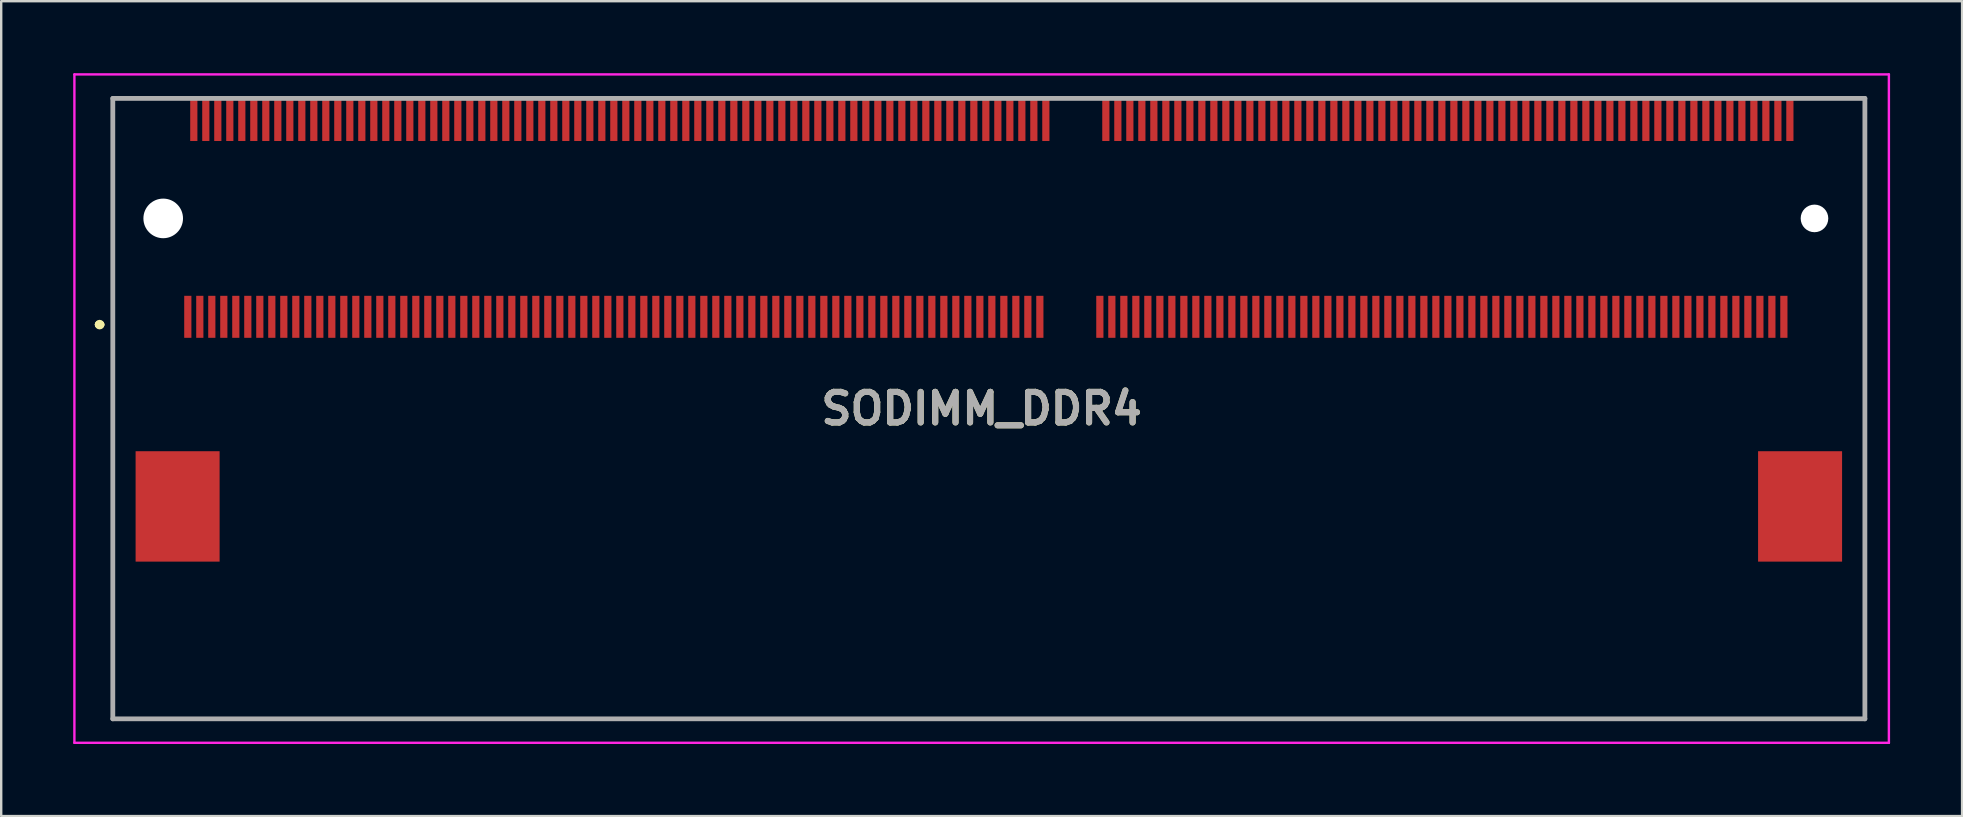
<source format=kicad_pcb>
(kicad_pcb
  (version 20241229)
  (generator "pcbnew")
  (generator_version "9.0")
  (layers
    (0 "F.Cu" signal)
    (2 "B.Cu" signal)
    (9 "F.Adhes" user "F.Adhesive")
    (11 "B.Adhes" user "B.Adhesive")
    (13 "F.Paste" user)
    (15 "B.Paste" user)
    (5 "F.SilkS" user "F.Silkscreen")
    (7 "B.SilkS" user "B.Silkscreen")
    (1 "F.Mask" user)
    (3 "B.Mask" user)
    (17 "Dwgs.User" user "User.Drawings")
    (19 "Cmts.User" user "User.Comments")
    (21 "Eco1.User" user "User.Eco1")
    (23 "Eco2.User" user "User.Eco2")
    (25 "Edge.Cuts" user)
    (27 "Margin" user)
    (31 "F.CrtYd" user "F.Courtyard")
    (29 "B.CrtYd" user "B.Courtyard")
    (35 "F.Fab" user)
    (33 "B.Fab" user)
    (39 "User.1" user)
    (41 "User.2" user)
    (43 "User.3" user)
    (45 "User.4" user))
  (footprint "SODIMM_DDR4"
    (layer "F.Cu")
    (at 38.15 13.975)
    (property "Reference" "SODIMM_DDR4" (at -0.3 0 0) (layer "F.SilkS") (effects (font (size 1.27 1.27) (thickness 0.254))))
    (attr through_hole)
    (fp_line (start -37.1 -3.5) (end -37.1 -3.5) (stroke (width 0.3) (type solid)) (layer "F.SilkS"))
    (fp_line (start -37 -3.5) (end -37 -3.5) (stroke (width 0.3) (type solid)) (layer "F.SilkS"))
    (fp_line (start -36.5 -12.925) (end -36.5 12.925) (stroke (width 0.1) (type solid)) (layer "F.SilkS"))
    (fp_line (start -36.5 12.925) (end 36.5 12.925) (stroke (width 0.1) (type solid)) (layer "F.SilkS"))
    (fp_line (start 36.5 12.925) (end 36.5 -12.925) (stroke (width 0.1) (type solid)) (layer "F.SilkS"))
    (fp_arc (start -37.1 -3.5) (mid -37.05 -3.55) (end -37 -3.5) (stroke (width 0.3) (type solid)) (layer "F.SilkS"))
    (fp_arc (start -37 -3.5) (mid -37.05 -3.45) (end -37.1 -3.5) (stroke (width 0.3) (type solid)) (layer "F.SilkS"))
    (fp_line (start -38.1 -13.925) (end 37.5 -13.925) (stroke (width 0.1) (type solid)) (layer "F.CrtYd"))
    (fp_line (start -38.1 13.925) (end -38.1 -13.925) (stroke (width 0.1) (type solid)) (layer "F.CrtYd"))
    (fp_line (start 37.5 -13.925) (end 37.5 13.925) (stroke (width 0.1) (type solid)) (layer "F.CrtYd"))
    (fp_line (start 37.5 13.925) (end -38.1 13.925) (stroke (width 0.1) (type solid)) (layer "F.CrtYd"))
    (fp_line (start -36.5 -12.925) (end 36.5 -12.925) (stroke (width 0.2) (type solid)) (layer "F.Fab"))
    (fp_line (start -36.5 12.925) (end -36.5 -12.925) (stroke (width 0.2) (type solid)) (layer "F.Fab"))
    (fp_line (start 36.5 -12.925) (end 36.5 12.925) (stroke (width 0.2) (type solid)) (layer "F.Fab"))
    (fp_line (start 36.5 12.925) (end -36.5 12.925) (stroke (width 0.2) (type solid)) (layer "F.Fab"))
    (fp_text user "${REFERENCE}" (at -0.3 0 0) (layer "F.Fab") (effects (font (size 1.27 1.27) (thickness 0.254))))
    (pad "" np_thru_hole circle (at -34.4 -7.925) (size 1.65 1.65) (drill 1.65) (layers "*.Cu" "*.Mask"))
    (pad "" np_thru_hole circle (at 34.4 -7.925) (size 1.15 1.15) (drill 1.15) (layers "*.Cu" "*.Mask"))
    (pad "1" smd rect (at -33.375 -3.825) (size 0.3 1.75) (layers "F.Cu" "F.Mask" "F.Paste"))
    (pad "2" smd rect (at -33.125 -12.025) (size 0.3 1.75) (layers "F.Cu" "F.Mask" "F.Paste"))
    (pad "3" smd rect (at -32.875 -3.825) (size 0.3 1.75) (layers "F.Cu" "F.Mask" "F.Paste"))
    (pad "4" smd rect (at -32.625 -12.025) (size 0.3 1.75) (layers "F.Cu" "F.Mask" "F.Paste"))
    (pad "5" smd rect (at -32.375 -3.825) (size 0.3 1.75) (layers "F.Cu" "F.Mask" "F.Paste"))
    (pad "6" smd rect (at -32.125 -12.025) (size 0.3 1.75) (layers "F.Cu" "F.Mask" "F.Paste"))
    (pad "7" smd rect (at -31.875 -3.825) (size 0.3 1.75) (layers "F.Cu" "F.Mask" "F.Paste"))
    (pad "8" smd rect (at -31.625 -12.025) (size 0.3 1.75) (layers "F.Cu" "F.Mask" "F.Paste"))
    (pad "9" smd rect (at -31.375 -3.825) (size 0.3 1.75) (layers "F.Cu" "F.Mask" "F.Paste"))
    (pad "10" smd rect (at -31.125 -12.025) (size 0.3 1.75) (layers "F.Cu" "F.Mask" "F.Paste"))
    (pad "11" smd rect (at -30.875 -3.825) (size 0.3 1.75) (layers "F.Cu" "F.Mask" "F.Paste"))
    (pad "12" smd rect (at -30.625 -12.025) (size 0.3 1.75) (layers "F.Cu" "F.Mask" "F.Paste"))
    (pad "13" smd rect (at -30.375 -3.825) (size 0.3 1.75) (layers "F.Cu" "F.Mask" "F.Paste"))
    (pad "14" smd rect (at -30.125 -12.025) (size 0.3 1.75) (layers "F.Cu" "F.Mask" "F.Paste"))
    (pad "15" smd rect (at -29.875 -3.825) (size 0.3 1.75) (layers "F.Cu" "F.Mask" "F.Paste"))
    (pad "16" smd rect (at -29.625 -12.025) (size 0.3 1.75) (layers "F.Cu" "F.Mask" "F.Paste"))
    (pad "17" smd rect (at -29.375 -3.825) (size 0.3 1.75) (layers "F.Cu" "F.Mask" "F.Paste"))
    (pad "18" smd rect (at -29.125 -12.025) (size 0.3 1.75) (layers "F.Cu" "F.Mask" "F.Paste"))
    (pad "19" smd rect (at -28.875 -3.825) (size 0.3 1.75) (layers "F.Cu" "F.Mask" "F.Paste"))
    (pad "20" smd rect (at -28.625 -12.025) (size 0.3 1.75) (layers "F.Cu" "F.Mask" "F.Paste"))
    (pad "21" smd rect (at -28.375 -3.825) (size 0.3 1.75) (layers "F.Cu" "F.Mask" "F.Paste"))
    (pad "22" smd rect (at -28.125 -12.025) (size 0.3 1.75) (layers "F.Cu" "F.Mask" "F.Paste"))
    (pad "23" smd rect (at -27.875 -3.825) (size 0.3 1.75) (layers "F.Cu" "F.Mask" "F.Paste"))
    (pad "24" smd rect (at -27.625 -12.025) (size 0.3 1.75) (layers "F.Cu" "F.Mask" "F.Paste"))
    (pad "25" smd rect (at -27.375 -3.825) (size 0.3 1.75) (layers "F.Cu" "F.Mask" "F.Paste"))
    (pad "26" smd rect (at -27.125 -12.025) (size 0.3 1.75) (layers "F.Cu" "F.Mask" "F.Paste"))
    (pad "27" smd rect (at -26.875 -3.825) (size 0.3 1.75) (layers "F.Cu" "F.Mask" "F.Paste"))
    (pad "28" smd rect (at -26.625 -12.025) (size 0.3 1.75) (layers "F.Cu" "F.Mask" "F.Paste"))
    (pad "29" smd rect (at -26.375 -3.825) (size 0.3 1.75) (layers "F.Cu" "F.Mask" "F.Paste"))
    (pad "30" smd rect (at -26.125 -12.025) (size 0.3 1.75) (layers "F.Cu" "F.Mask" "F.Paste"))
    (pad "31" smd rect (at -25.875 -3.825) (size 0.3 1.75) (layers "F.Cu" "F.Mask" "F.Paste"))
    (pad "32" smd rect (at -25.625 -12.025) (size 0.3 1.75) (layers "F.Cu" "F.Mask" "F.Paste"))
    (pad "33" smd rect (at -25.375 -3.825) (size 0.3 1.75) (layers "F.Cu" "F.Mask" "F.Paste"))
    (pad "34" smd rect (at -25.125 -12.025) (size 0.3 1.75) (layers "F.Cu" "F.Mask" "F.Paste"))
    (pad "35" smd rect (at -24.875 -3.825) (size 0.3 1.75) (layers "F.Cu" "F.Mask" "F.Paste"))
    (pad "36" smd rect (at -24.625 -12.025) (size 0.3 1.75) (layers "F.Cu" "F.Mask" "F.Paste"))
    (pad "37" smd rect (at -24.375 -3.825) (size 0.3 1.75) (layers "F.Cu" "F.Mask" "F.Paste"))
    (pad "38" smd rect (at -24.125 -12.025) (size 0.3 1.75) (layers "F.Cu" "F.Mask" "F.Paste"))
    (pad "39" smd rect (at -23.875 -3.825) (size 0.3 1.75) (layers "F.Cu" "F.Mask" "F.Paste"))
    (pad "40" smd rect (at -23.625 -12.025) (size 0.3 1.75) (layers "F.Cu" "F.Mask" "F.Paste"))
    (pad "41" smd rect (at -23.375 -3.825) (size 0.3 1.75) (layers "F.Cu" "F.Mask" "F.Paste"))
    (pad "42" smd rect (at -23.125 -12.025) (size 0.3 1.75) (layers "F.Cu" "F.Mask" "F.Paste"))
    (pad "43" smd rect (at -22.875 -3.825) (size 0.3 1.75) (layers "F.Cu" "F.Mask" "F.Paste"))
    (pad "44" smd rect (at -22.625 -12.025) (size 0.3 1.75) (layers "F.Cu" "F.Mask" "F.Paste"))
    (pad "45" smd rect (at -22.375 -3.825) (size 0.3 1.75) (layers "F.Cu" "F.Mask" "F.Paste"))
    (pad "46" smd rect (at -22.125 -12.025) (size 0.3 1.75) (layers "F.Cu" "F.Mask" "F.Paste"))
    (pad "47" smd rect (at -21.875 -3.825) (size 0.3 1.75) (layers "F.Cu" "F.Mask" "F.Paste"))
    (pad "48" smd rect (at -21.625 -12.025) (size 0.3 1.75) (layers "F.Cu" "F.Mask" "F.Paste"))
    (pad "49" smd rect (at -21.375 -3.825) (size 0.3 1.75) (layers "F.Cu" "F.Mask" "F.Paste"))
    (pad "50" smd rect (at -21.125 -12.025) (size 0.3 1.75) (layers "F.Cu" "F.Mask" "F.Paste"))
    (pad "51" smd rect (at -20.875 -3.825) (size 0.3 1.75) (layers "F.Cu" "F.Mask" "F.Paste"))
    (pad "52" smd rect (at -20.625 -12.025) (size 0.3 1.75) (layers "F.Cu" "F.Mask" "F.Paste"))
    (pad "53" smd rect (at -20.375 -3.825) (size 0.3 1.75) (layers "F.Cu" "F.Mask" "F.Paste"))
    (pad "54" smd rect (at -20.125 -12.025) (size 0.3 1.75) (layers "F.Cu" "F.Mask" "F.Paste"))
    (pad "55" smd rect (at -19.875 -3.825) (size 0.3 1.75) (layers "F.Cu" "F.Mask" "F.Paste"))
    (pad "56" smd rect (at -19.625 -12.025) (size 0.3 1.75) (layers "F.Cu" "F.Mask" "F.Paste"))
    (pad "57" smd rect (at -19.375 -3.825) (size 0.3 1.75) (layers "F.Cu" "F.Mask" "F.Paste"))
    (pad "58" smd rect (at -19.125 -12.025) (size 0.3 1.75) (layers "F.Cu" "F.Mask" "F.Paste"))
    (pad "59" smd rect (at -18.875 -3.825) (size 0.3 1.75) (layers "F.Cu" "F.Mask" "F.Paste"))
    (pad "60" smd rect (at -18.625 -12.025) (size 0.3 1.75) (layers "F.Cu" "F.Mask" "F.Paste"))
    (pad "61" smd rect (at -18.375 -3.825) (size 0.3 1.75) (layers "F.Cu" "F.Mask" "F.Paste"))
    (pad "62" smd rect (at -18.125 -12.025) (size 0.3 1.75) (layers "F.Cu" "F.Mask" "F.Paste"))
    (pad "63" smd rect (at -17.875 -3.825) (size 0.3 1.75) (layers "F.Cu" "F.Mask" "F.Paste"))
    (pad "64" smd rect (at -17.625 -12.025) (size 0.3 1.75) (layers "F.Cu" "F.Mask" "F.Paste"))
    (pad "65" smd rect (at -17.375 -3.825) (size 0.3 1.75) (layers "F.Cu" "F.Mask" "F.Paste"))
    (pad "66" smd rect (at -17.125 -12.025) (size 0.3 1.75) (layers "F.Cu" "F.Mask" "F.Paste"))
    (pad "67" smd rect (at -16.875 -3.825) (size 0.3 1.75) (layers "F.Cu" "F.Mask" "F.Paste"))
    (pad "68" smd rect (at -16.625 -12.025) (size 0.3 1.75) (layers "F.Cu" "F.Mask" "F.Paste"))
    (pad "69" smd rect (at -16.375 -3.825) (size 0.3 1.75) (layers "F.Cu" "F.Mask" "F.Paste"))
    (pad "70" smd rect (at -16.125 -12.025) (size 0.3 1.75) (layers "F.Cu" "F.Mask" "F.Paste"))
    (pad "71" smd rect (at -15.875 -3.825) (size 0.3 1.75) (layers "F.Cu" "F.Mask" "F.Paste"))
    (pad "72" smd rect (at -15.625 -12.025) (size 0.3 1.75) (layers "F.Cu" "F.Mask" "F.Paste"))
    (pad "73" smd rect (at -15.375 -3.825) (size 0.3 1.75) (layers "F.Cu" "F.Mask" "F.Paste"))
    (pad "74" smd rect (at -15.125 -12.025) (size 0.3 1.75) (layers "F.Cu" "F.Mask" "F.Paste"))
    (pad "75" smd rect (at -14.875 -3.825) (size 0.3 1.75) (layers "F.Cu" "F.Mask" "F.Paste"))
    (pad "76" smd rect (at -14.625 -12.025) (size 0.3 1.75) (layers "F.Cu" "F.Mask" "F.Paste"))
    (pad "77" smd rect (at -14.375 -3.825) (size 0.3 1.75) (layers "F.Cu" "F.Mask" "F.Paste"))
    (pad "78" smd rect (at -14.125 -12.025) (size 0.3 1.75) (layers "F.Cu" "F.Mask" "F.Paste"))
    (pad "79" smd rect (at -13.875 -3.825) (size 0.3 1.75) (layers "F.Cu" "F.Mask" "F.Paste"))
    (pad "80" smd rect (at -13.625 -12.025) (size 0.3 1.75) (layers "F.Cu" "F.Mask" "F.Paste"))
    (pad "81" smd rect (at -13.375 -3.825) (size 0.3 1.75) (layers "F.Cu" "F.Mask" "F.Paste"))
    (pad "82" smd rect (at -13.125 -12.025) (size 0.3 1.75) (layers "F.Cu" "F.Mask" "F.Paste"))
    (pad "83" smd rect (at -12.875 -3.825) (size 0.3 1.75) (layers "F.Cu" "F.Mask" "F.Paste"))
    (pad "84" smd rect (at -12.625 -12.025) (size 0.3 1.75) (layers "F.Cu" "F.Mask" "F.Paste"))
    (pad "85" smd rect (at -12.375 -3.825) (size 0.3 1.75) (layers "F.Cu" "F.Mask" "F.Paste"))
    (pad "86" smd rect (at -12.125 -12.025) (size 0.3 1.75) (layers "F.Cu" "F.Mask" "F.Paste"))
    (pad "87" smd rect (at -11.875 -3.825) (size 0.3 1.75) (layers "F.Cu" "F.Mask" "F.Paste"))
    (pad "88" smd rect (at -11.625 -12.025) (size 0.3 1.75) (layers "F.Cu" "F.Mask" "F.Paste"))
    (pad "89" smd rect (at -11.375 -3.825) (size 0.3 1.75) (layers "F.Cu" "F.Mask" "F.Paste"))
    (pad "90" smd rect (at -11.125 -12.025) (size 0.3 1.75) (layers "F.Cu" "F.Mask" "F.Paste"))
    (pad "91" smd rect (at -10.875 -3.825) (size 0.3 1.75) (layers "F.Cu" "F.Mask" "F.Paste"))
    (pad "92" smd rect (at -10.625 -12.025) (size 0.3 1.75) (layers "F.Cu" "F.Mask" "F.Paste"))
    (pad "93" smd rect (at -10.375 -3.825) (size 0.3 1.75) (layers "F.Cu" "F.Mask" "F.Paste"))
    (pad "94" smd rect (at -10.125 -12.025) (size 0.3 1.75) (layers "F.Cu" "F.Mask" "F.Paste"))
    (pad "95" smd rect (at -9.875 -3.825) (size 0.3 1.75) (layers "F.Cu" "F.Mask" "F.Paste"))
    (pad "96" smd rect (at -9.625 -12.025) (size 0.3 1.75) (layers "F.Cu" "F.Mask" "F.Paste"))
    (pad "97" smd rect (at -9.375 -3.825) (size 0.3 1.75) (layers "F.Cu" "F.Mask" "F.Paste"))
    (pad "98" smd rect (at -9.125 -12.025) (size 0.3 1.75) (layers "F.Cu" "F.Mask" "F.Paste"))
    (pad "99" smd rect (at -8.875 -3.825) (size 0.3 1.75) (layers "F.Cu" "F.Mask" "F.Paste"))
    (pad "100" smd rect (at -8.625 -12.025) (size 0.3 1.75) (layers "F.Cu" "F.Mask" "F.Paste"))
    (pad "101" smd rect (at -8.375 -3.825) (size 0.3 1.75) (layers "F.Cu" "F.Mask" "F.Paste"))
    (pad "102" smd rect (at -8.125 -12.025) (size 0.3 1.75) (layers "F.Cu" "F.Mask" "F.Paste"))
    (pad "103" smd rect (at -7.875 -3.825) (size 0.3 1.75) (layers "F.Cu" "F.Mask" "F.Paste"))
    (pad "104" smd rect (at -7.625 -12.025) (size 0.3 1.75) (layers "F.Cu" "F.Mask" "F.Paste"))
    (pad "105" smd rect (at -7.375 -3.825) (size 0.3 1.75) (layers "F.Cu" "F.Mask" "F.Paste"))
    (pad "106" smd rect (at -7.125 -12.025) (size 0.3 1.75) (layers "F.Cu" "F.Mask" "F.Paste"))
    (pad "107" smd rect (at -6.875 -3.825) (size 0.3 1.75) (layers "F.Cu" "F.Mask" "F.Paste"))
    (pad "108" smd rect (at -6.625 -12.025) (size 0.3 1.75) (layers "F.Cu" "F.Mask" "F.Paste"))
    (pad "109" smd rect (at -6.375 -3.825) (size 0.3 1.75) (layers "F.Cu" "F.Mask" "F.Paste"))
    (pad "110" smd rect (at -6.125 -12.025) (size 0.3 1.75) (layers "F.Cu" "F.Mask" "F.Paste"))
    (pad "111" smd rect (at -5.875 -3.825) (size 0.3 1.75) (layers "F.Cu" "F.Mask" "F.Paste"))
    (pad "112" smd rect (at -5.625 -12.025) (size 0.3 1.75) (layers "F.Cu" "F.Mask" "F.Paste"))
    (pad "113" smd rect (at -5.375 -3.825) (size 0.3 1.75) (layers "F.Cu" "F.Mask" "F.Paste"))
    (pad "114" smd rect (at -5.125 -12.025) (size 0.3 1.75) (layers "F.Cu" "F.Mask" "F.Paste"))
    (pad "115" smd rect (at -4.875 -3.825) (size 0.3 1.75) (layers "F.Cu" "F.Mask" "F.Paste"))
    (pad "116" smd rect (at -4.625 -12.025) (size 0.3 1.75) (layers "F.Cu" "F.Mask" "F.Paste"))
    (pad "117" smd rect (at -4.375 -3.825) (size 0.3 1.75) (layers "F.Cu" "F.Mask" "F.Paste"))
    (pad "118" smd rect (at -4.125 -12.025) (size 0.3 1.75) (layers "F.Cu" "F.Mask" "F.Paste"))
    (pad "119" smd rect (at -3.875 -3.825) (size 0.3 1.75) (layers "F.Cu" "F.Mask" "F.Paste"))
    (pad "120" smd rect (at -3.625 -12.025) (size 0.3 1.75) (layers "F.Cu" "F.Mask" "F.Paste"))
    (pad "121" smd rect (at -3.375 -3.825) (size 0.3 1.75) (layers "F.Cu" "F.Mask" "F.Paste"))
    (pad "122" smd rect (at -3.125 -12.025) (size 0.3 1.75) (layers "F.Cu" "F.Mask" "F.Paste"))
    (pad "123" smd rect (at -2.875 -3.825) (size 0.3 1.75) (layers "F.Cu" "F.Mask" "F.Paste"))
    (pad "124" smd rect (at -2.625 -12.025) (size 0.3 1.75) (layers "F.Cu" "F.Mask" "F.Paste"))
    (pad "125" smd rect (at -2.375 -3.825) (size 0.3 1.75) (layers "F.Cu" "F.Mask" "F.Paste"))
    (pad "126" smd rect (at -2.125 -12.025) (size 0.3 1.75) (layers "F.Cu" "F.Mask" "F.Paste"))
    (pad "127" smd rect (at -1.875 -3.825) (size 0.3 1.75) (layers "F.Cu" "F.Mask" "F.Paste"))
    (pad "128" smd rect (at -1.625 -12.025) (size 0.3 1.75) (layers "F.Cu" "F.Mask" "F.Paste"))
    (pad "129" smd rect (at -1.375 -3.825) (size 0.3 1.75) (layers "F.Cu" "F.Mask" "F.Paste"))
    (pad "130" smd rect (at -1.125 -12.025) (size 0.3 1.75) (layers "F.Cu" "F.Mask" "F.Paste"))
    (pad "131" smd rect (at -0.875 -3.825) (size 0.3 1.75) (layers "F.Cu" "F.Mask" "F.Paste"))
    (pad "132" smd rect (at -0.625 -12.025) (size 0.3 1.75) (layers "F.Cu" "F.Mask" "F.Paste"))
    (pad "133" smd rect (at -0.375 -3.825) (size 0.3 1.75) (layers "F.Cu" "F.Mask" "F.Paste"))
    (pad "134" smd rect (at -0.125 -12.025) (size 0.3 1.75) (layers "F.Cu" "F.Mask" "F.Paste"))
    (pad "135" smd rect (at 0.125 -3.825) (size 0.3 1.75) (layers "F.Cu" "F.Mask" "F.Paste"))
    (pad "136" smd rect (at 0.375 -12.025) (size 0.3 1.75) (layers "F.Cu" "F.Mask" "F.Paste"))
    (pad "137" smd rect (at 0.625 -3.825) (size 0.3 1.75) (layers "F.Cu" "F.Mask" "F.Paste"))
    (pad "138" smd rect (at 0.875 -12.025) (size 0.3 1.75) (layers "F.Cu" "F.Mask" "F.Paste"))
    (pad "139" smd rect (at 1.125 -3.825) (size 0.3 1.75) (layers "F.Cu" "F.Mask" "F.Paste"))
    (pad "140" smd rect (at 1.375 -12.025) (size 0.3 1.75) (layers "F.Cu" "F.Mask" "F.Paste"))
    (pad "141" smd rect (at 1.625 -3.825) (size 0.3 1.75) (layers "F.Cu" "F.Mask" "F.Paste"))
    (pad "142" smd rect (at 1.875 -12.025) (size 0.3 1.75) (layers "F.Cu" "F.Mask" "F.Paste"))
    (pad "143" smd rect (at 2.125 -3.825) (size 0.3 1.75) (layers "F.Cu" "F.Mask" "F.Paste"))
    (pad "144" smd rect (at 2.375 -12.025) (size 0.3 1.75) (layers "F.Cu" "F.Mask" "F.Paste"))
    (pad "145" smd rect (at 4.625 -3.825) (size 0.3 1.75) (layers "F.Cu" "F.Mask" "F.Paste"))
    (pad "146" smd rect (at 4.875 -12.025) (size 0.3 1.75) (layers "F.Cu" "F.Mask" "F.Paste"))
    (pad "147" smd rect (at 5.125 -3.825) (size 0.3 1.75) (layers "F.Cu" "F.Mask" "F.Paste"))
    (pad "148" smd rect (at 5.375 -12.025) (size 0.3 1.75) (layers "F.Cu" "F.Mask" "F.Paste"))
    (pad "149" smd rect (at 5.625 -3.825) (size 0.3 1.75) (layers "F.Cu" "F.Mask" "F.Paste"))
    (pad "150" smd rect (at 5.875 -12.025) (size 0.3 1.75) (layers "F.Cu" "F.Mask" "F.Paste"))
    (pad "151" smd rect (at 6.125 -3.825) (size 0.3 1.75) (layers "F.Cu" "F.Mask" "F.Paste"))
    (pad "152" smd rect (at 6.375 -12.025) (size 0.3 1.75) (layers "F.Cu" "F.Mask" "F.Paste"))
    (pad "153" smd rect (at 6.625 -3.825) (size 0.3 1.75) (layers "F.Cu" "F.Mask" "F.Paste"))
    (pad "154" smd rect (at 6.875 -12.025) (size 0.3 1.75) (layers "F.Cu" "F.Mask" "F.Paste"))
    (pad "155" smd rect (at 7.125 -3.825) (size 0.3 1.75) (layers "F.Cu" "F.Mask" "F.Paste"))
    (pad "156" smd rect (at 7.375 -12.025) (size 0.3 1.75) (layers "F.Cu" "F.Mask" "F.Paste"))
    (pad "157" smd rect (at 7.625 -3.825) (size 0.3 1.75) (layers "F.Cu" "F.Mask" "F.Paste"))
    (pad "158" smd rect (at 7.875 -12.025) (size 0.3 1.75) (layers "F.Cu" "F.Mask" "F.Paste"))
    (pad "159" smd rect (at 8.125 -3.825) (size 0.3 1.75) (layers "F.Cu" "F.Mask" "F.Paste"))
    (pad "160" smd rect (at 8.375 -12.025) (size 0.3 1.75) (layers "F.Cu" "F.Mask" "F.Paste"))
    (pad "161" smd rect (at 8.625 -3.825) (size 0.3 1.75) (layers "F.Cu" "F.Mask" "F.Paste"))
    (pad "162" smd rect (at 8.875 -12.025) (size 0.3 1.75) (layers "F.Cu" "F.Mask" "F.Paste"))
    (pad "163" smd rect (at 9.125 -3.825) (size 0.3 1.75) (layers "F.Cu" "F.Mask" "F.Paste"))
    (pad "164" smd rect (at 9.375 -12.025) (size 0.3 1.75) (layers "F.Cu" "F.Mask" "F.Paste"))
    (pad "165" smd rect (at 9.625 -3.825) (size 0.3 1.75) (layers "F.Cu" "F.Mask" "F.Paste"))
    (pad "166" smd rect (at 9.875 -12.025) (size 0.3 1.75) (layers "F.Cu" "F.Mask" "F.Paste"))
    (pad "167" smd rect (at 10.125 -3.825) (size 0.3 1.75) (layers "F.Cu" "F.Mask" "F.Paste"))
    (pad "168" smd rect (at 10.375 -12.025) (size 0.3 1.75) (layers "F.Cu" "F.Mask" "F.Paste"))
    (pad "169" smd rect (at 10.625 -3.825) (size 0.3 1.75) (layers "F.Cu" "F.Mask" "F.Paste"))
    (pad "170" smd rect (at 10.875 -12.025) (size 0.3 1.75) (layers "F.Cu" "F.Mask" "F.Paste"))
    (pad "171" smd rect (at 11.125 -3.825) (size 0.3 1.75) (layers "F.Cu" "F.Mask" "F.Paste"))
    (pad "172" smd rect (at 11.375 -12.025) (size 0.3 1.75) (layers "F.Cu" "F.Mask" "F.Paste"))
    (pad "173" smd rect (at 11.625 -3.825) (size 0.3 1.75) (layers "F.Cu" "F.Mask" "F.Paste"))
    (pad "174" smd rect (at 11.875 -12.025) (size 0.3 1.75) (layers "F.Cu" "F.Mask" "F.Paste"))
    (pad "175" smd rect (at 12.125 -3.825) (size 0.3 1.75) (layers "F.Cu" "F.Mask" "F.Paste"))
    (pad "176" smd rect (at 12.375 -12.025) (size 0.3 1.75) (layers "F.Cu" "F.Mask" "F.Paste"))
    (pad "177" smd rect (at 12.625 -3.825) (size 0.3 1.75) (layers "F.Cu" "F.Mask" "F.Paste"))
    (pad "178" smd rect (at 12.875 -12.025) (size 0.3 1.75) (layers "F.Cu" "F.Mask" "F.Paste"))
    (pad "179" smd rect (at 13.125 -3.825) (size 0.3 1.75) (layers "F.Cu" "F.Mask" "F.Paste"))
    (pad "180" smd rect (at 13.375 -12.025) (size 0.3 1.75) (layers "F.Cu" "F.Mask" "F.Paste"))
    (pad "181" smd rect (at 13.625 -3.825) (size 0.3 1.75) (layers "F.Cu" "F.Mask" "F.Paste"))
    (pad "182" smd rect (at 13.875 -12.025) (size 0.3 1.75) (layers "F.Cu" "F.Mask" "F.Paste"))
    (pad "183" smd rect (at 14.125 -3.825) (size 0.3 1.75) (layers "F.Cu" "F.Mask" "F.Paste"))
    (pad "184" smd rect (at 14.375 -12.025) (size 0.3 1.75) (layers "F.Cu" "F.Mask" "F.Paste"))
    (pad "185" smd rect (at 14.625 -3.825) (size 0.3 1.75) (layers "F.Cu" "F.Mask" "F.Paste"))
    (pad "186" smd rect (at 14.875 -12.025) (size 0.3 1.75) (layers "F.Cu" "F.Mask" "F.Paste"))
    (pad "187" smd rect (at 15.125 -3.825) (size 0.3 1.75) (layers "F.Cu" "F.Mask" "F.Paste"))
    (pad "188" smd rect (at 15.375 -12.025) (size 0.3 1.75) (layers "F.Cu" "F.Mask" "F.Paste"))
    (pad "189" smd rect (at 15.625 -3.825) (size 0.3 1.75) (layers "F.Cu" "F.Mask" "F.Paste"))
    (pad "190" smd rect (at 15.875 -12.025) (size 0.3 1.75) (layers "F.Cu" "F.Mask" "F.Paste"))
    (pad "191" smd rect (at 16.125 -3.825) (size 0.3 1.75) (layers "F.Cu" "F.Mask" "F.Paste"))
    (pad "192" smd rect (at 16.375 -12.025) (size 0.3 1.75) (layers "F.Cu" "F.Mask" "F.Paste"))
    (pad "193" smd rect (at 16.625 -3.825) (size 0.3 1.75) (layers "F.Cu" "F.Mask" "F.Paste"))
    (pad "194" smd rect (at 16.875 -12.025) (size 0.3 1.75) (layers "F.Cu" "F.Mask" "F.Paste"))
    (pad "195" smd rect (at 17.125 -3.825) (size 0.3 1.75) (layers "F.Cu" "F.Mask" "F.Paste"))
    (pad "196" smd rect (at 17.375 -12.025) (size 0.3 1.75) (layers "F.Cu" "F.Mask" "F.Paste"))
    (pad "197" smd rect (at 17.625 -3.825) (size 0.3 1.75) (layers "F.Cu" "F.Mask" "F.Paste"))
    (pad "198" smd rect (at 17.875 -12.025) (size 0.3 1.75) (layers "F.Cu" "F.Mask" "F.Paste"))
    (pad "199" smd rect (at 18.125 -3.825) (size 0.3 1.75) (layers "F.Cu" "F.Mask" "F.Paste"))
    (pad "200" smd rect (at 18.375 -12.025) (size 0.3 1.75) (layers "F.Cu" "F.Mask" "F.Paste"))
    (pad "201" smd rect (at 18.625 -3.825) (size 0.3 1.75) (layers "F.Cu" "F.Mask" "F.Paste"))
    (pad "202" smd rect (at 18.875 -12.025) (size 0.3 1.75) (layers "F.Cu" "F.Mask" "F.Paste"))
    (pad "203" smd rect (at 19.125 -3.825) (size 0.3 1.75) (layers "F.Cu" "F.Mask" "F.Paste"))
    (pad "204" smd rect (at 19.375 -12.025) (size 0.3 1.75) (layers "F.Cu" "F.Mask" "F.Paste"))
    (pad "205" smd rect (at 19.625 -3.825) (size 0.3 1.75) (layers "F.Cu" "F.Mask" "F.Paste"))
    (pad "206" smd rect (at 19.875 -12.025) (size 0.3 1.75) (layers "F.Cu" "F.Mask" "F.Paste"))
    (pad "207" smd rect (at 20.125 -3.825) (size 0.3 1.75) (layers "F.Cu" "F.Mask" "F.Paste"))
    (pad "208" smd rect (at 20.375 -12.025) (size 0.3 1.75) (layers "F.Cu" "F.Mask" "F.Paste"))
    (pad "209" smd rect (at 20.625 -3.825) (size 0.3 1.75) (layers "F.Cu" "F.Mask" "F.Paste"))
    (pad "210" smd rect (at 20.875 -12.025) (size 0.3 1.75) (layers "F.Cu" "F.Mask" "F.Paste"))
    (pad "211" smd rect (at 21.125 -3.825) (size 0.3 1.75) (layers "F.Cu" "F.Mask" "F.Paste"))
    (pad "212" smd rect (at 21.375 -12.025) (size 0.3 1.75) (layers "F.Cu" "F.Mask" "F.Paste"))
    (pad "213" smd rect (at 21.625 -3.825) (size 0.3 1.75) (layers "F.Cu" "F.Mask" "F.Paste"))
    (pad "214" smd rect (at 21.875 -12.025) (size 0.3 1.75) (layers "F.Cu" "F.Mask" "F.Paste"))
    (pad "215" smd rect (at 22.125 -3.825) (size 0.3 1.75) (layers "F.Cu" "F.Mask" "F.Paste"))
    (pad "216" smd rect (at 22.375 -12.025) (size 0.3 1.75) (layers "F.Cu" "F.Mask" "F.Paste"))
    (pad "217" smd rect (at 22.625 -3.825) (size 0.3 1.75) (layers "F.Cu" "F.Mask" "F.Paste"))
    (pad "218" smd rect (at 22.875 -12.025) (size 0.3 1.75) (layers "F.Cu" "F.Mask" "F.Paste"))
    (pad "219" smd rect (at 23.125 -3.825) (size 0.3 1.75) (layers "F.Cu" "F.Mask" "F.Paste"))
    (pad "220" smd rect (at 23.375 -12.025) (size 0.3 1.75) (layers "F.Cu" "F.Mask" "F.Paste"))
    (pad "221" smd rect (at 23.625 -3.825) (size 0.3 1.75) (layers "F.Cu" "F.Mask" "F.Paste"))
    (pad "222" smd rect (at 23.875 -12.025) (size 0.3 1.75) (layers "F.Cu" "F.Mask" "F.Paste"))
    (pad "223" smd rect (at 24.125 -3.825) (size 0.3 1.75) (layers "F.Cu" "F.Mask" "F.Paste"))
    (pad "224" smd rect (at 24.375 -12.025) (size 0.3 1.75) (layers "F.Cu" "F.Mask" "F.Paste"))
    (pad "225" smd rect (at 24.625 -3.825) (size 0.3 1.75) (layers "F.Cu" "F.Mask" "F.Paste"))
    (pad "226" smd rect (at 24.875 -12.025) (size 0.3 1.75) (layers "F.Cu" "F.Mask" "F.Paste"))
    (pad "227" smd rect (at 25.125 -3.825) (size 0.3 1.75) (layers "F.Cu" "F.Mask" "F.Paste"))
    (pad "228" smd rect (at 25.375 -12.025) (size 0.3 1.75) (layers "F.Cu" "F.Mask" "F.Paste"))
    (pad "229" smd rect (at 25.625 -3.825) (size 0.3 1.75) (layers "F.Cu" "F.Mask" "F.Paste"))
    (pad "230" smd rect (at 25.875 -12.025) (size 0.3 1.75) (layers "F.Cu" "F.Mask" "F.Paste"))
    (pad "231" smd rect (at 26.125 -3.825) (size 0.3 1.75) (layers "F.Cu" "F.Mask" "F.Paste"))
    (pad "232" smd rect (at 26.375 -12.025) (size 0.3 1.75) (layers "F.Cu" "F.Mask" "F.Paste"))
    (pad "233" smd rect (at 26.625 -3.825) (size 0.3 1.75) (layers "F.Cu" "F.Mask" "F.Paste"))
    (pad "234" smd rect (at 26.875 -12.025) (size 0.3 1.75) (layers "F.Cu" "F.Mask" "F.Paste"))
    (pad "235" smd rect (at 27.125 -3.825) (size 0.3 1.75) (layers "F.Cu" "F.Mask" "F.Paste"))
    (pad "236" smd rect (at 27.375 -12.025) (size 0.3 1.75) (layers "F.Cu" "F.Mask" "F.Paste"))
    (pad "237" smd rect (at 27.625 -3.825) (size 0.3 1.75) (layers "F.Cu" "F.Mask" "F.Paste"))
    (pad "238" smd rect (at 27.875 -12.025) (size 0.3 1.75) (layers "F.Cu" "F.Mask" "F.Paste"))
    (pad "239" smd rect (at 28.125 -3.825) (size 0.3 1.75) (layers "F.Cu" "F.Mask" "F.Paste"))
    (pad "240" smd rect (at 28.375 -12.025) (size 0.3 1.75) (layers "F.Cu" "F.Mask" "F.Paste"))
    (pad "241" smd rect (at 28.625 -3.825) (size 0.3 1.75) (layers "F.Cu" "F.Mask" "F.Paste"))
    (pad "242" smd rect (at 28.875 -12.025) (size 0.3 1.75) (layers "F.Cu" "F.Mask" "F.Paste"))
    (pad "243" smd rect (at 29.125 -3.825) (size 0.3 1.75) (layers "F.Cu" "F.Mask" "F.Paste"))
    (pad "244" smd rect (at 29.375 -12.025) (size 0.3 1.75) (layers "F.Cu" "F.Mask" "F.Paste"))
    (pad "245" smd rect (at 29.625 -3.825) (size 0.3 1.75) (layers "F.Cu" "F.Mask" "F.Paste"))
    (pad "246" smd rect (at 29.875 -12.025) (size 0.3 1.75) (layers "F.Cu" "F.Mask" "F.Paste"))
    (pad "247" smd rect (at 30.125 -3.825) (size 0.3 1.75) (layers "F.Cu" "F.Mask" "F.Paste"))
    (pad "248" smd rect (at 30.375 -12.025) (size 0.3 1.75) (layers "F.Cu" "F.Mask" "F.Paste"))
    (pad "249" smd rect (at 30.625 -3.825) (size 0.3 1.75) (layers "F.Cu" "F.Mask" "F.Paste"))
    (pad "250" smd rect (at 30.875 -12.025) (size 0.3 1.75) (layers "F.Cu" "F.Mask" "F.Paste"))
    (pad "251" smd rect (at 31.125 -3.825) (size 0.3 1.75) (layers "F.Cu" "F.Mask" "F.Paste"))
    (pad "252" smd rect (at 31.375 -12.025) (size 0.3 1.75) (layers "F.Cu" "F.Mask" "F.Paste"))
    (pad "253" smd rect (at 31.625 -3.825) (size 0.3 1.75) (layers "F.Cu" "F.Mask" "F.Paste"))
    (pad "254" smd rect (at 31.875 -12.025) (size 0.3 1.75) (layers "F.Cu" "F.Mask" "F.Paste"))
    (pad "255" smd rect (at 32.125 -3.825) (size 0.3 1.75) (layers "F.Cu" "F.Mask" "F.Paste"))
    (pad "256" smd rect (at 32.375 -12.025) (size 0.3 1.75) (layers "F.Cu" "F.Mask" "F.Paste"))
    (pad "257" smd rect (at 32.625 -3.825) (size 0.3 1.75) (layers "F.Cu" "F.Mask" "F.Paste"))
    (pad "258" smd rect (at 32.875 -12.025) (size 0.3 1.75) (layers "F.Cu" "F.Mask" "F.Paste"))
    (pad "259" smd rect (at 33.125 -3.825) (size 0.3 1.75) (layers "F.Cu" "F.Mask" "F.Paste"))
    (pad "260" smd rect (at 33.375 -12.025) (size 0.3 1.75) (layers "F.Cu" "F.Mask" "F.Paste"))
    (pad "MP1" smd rect (at -33.8 4.075) (size 3.5 4.6) (layers "F.Cu" "F.Mask" "F.Paste"))
    (pad "MP2" smd rect (at 33.8 4.075) (size 3.5 4.6) (layers "F.Cu" "F.Mask" "F.Paste")))
  (gr_rect
    (start -3 -3)
    (end 78.7 30.95)
    (stroke (width 0.1) (type default))
    (fill no)
    (layer "Edge.Cuts")))
</source>
